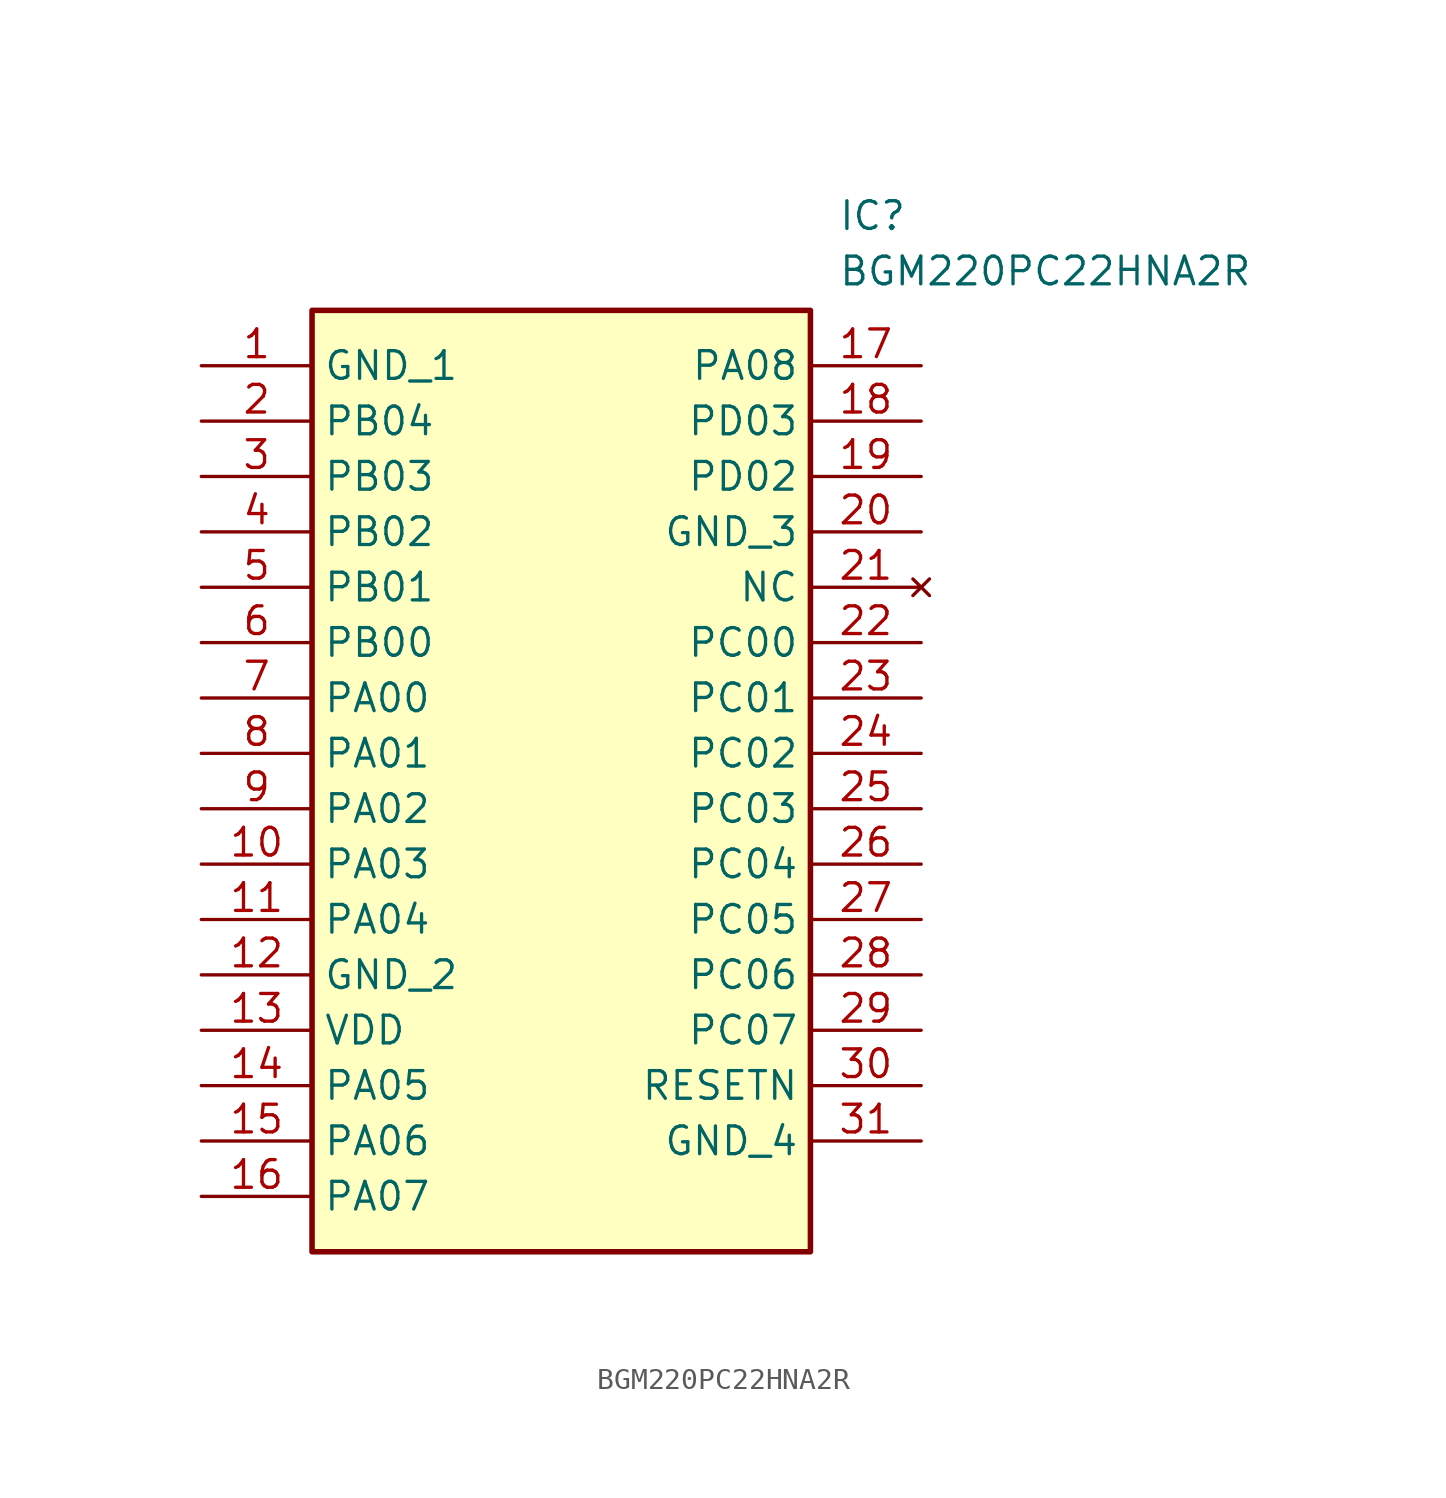
<source format=kicad_sym>
(kicad_symbol_lib
  (version 20211014)
  (generator SamacSys_ECAD_Model)
  (symbol "BGM220PC22HNA2R"
    (property "Reference" "IC"
      (at 29.21 7.62 0)
      (effects (font (size 1.27 1.27)) (justify left top)))
    (property "Value" "BGM220PC22HNA2R"
      (at 29.21 5.08 0)
      (effects (font (size 1.27 1.27)) (justify left top)))
    (rectangle
      (start 5.08 2.54)
      (end 27.94 -40.64)
      (stroke (width 0.254) (type default))
      (fill (type background)))
    (pin passive line
      (at 0 0 0)
      (length 5.08)
      (name "GND_1" (effects (font (size 1.27 1.27))))
      (number "1" (effects (font (size 1.27 1.27)))))
    (pin passive line
      (at 0 -2.54 0)
      (length 5.08)
      (name "PB04" (effects (font (size 1.27 1.27))))
      (number "2" (effects (font (size 1.27 1.27)))))
    (pin passive line
      (at 0 -5.08 0)
      (length 5.08)
      (name "PB03" (effects (font (size 1.27 1.27))))
      (number "3" (effects (font (size 1.27 1.27)))))
    (pin passive line
      (at 0 -7.62 0)
      (length 5.08)
      (name "PB02" (effects (font (size 1.27 1.27))))
      (number "4" (effects (font (size 1.27 1.27)))))
    (pin passive line
      (at 0 -10.16 0)
      (length 5.08)
      (name "PB01" (effects (font (size 1.27 1.27))))
      (number "5" (effects (font (size 1.27 1.27)))))
    (pin passive line
      (at 0 -12.7 0)
      (length 5.08)
      (name "PB00" (effects (font (size 1.27 1.27))))
      (number "6" (effects (font (size 1.27 1.27)))))
    (pin passive line
      (at 0 -15.24 0)
      (length 5.08)
      (name "PA00" (effects (font (size 1.27 1.27))))
      (number "7" (effects (font (size 1.27 1.27)))))
    (pin passive line
      (at 0 -17.78 0)
      (length 5.08)
      (name "PA01" (effects (font (size 1.27 1.27))))
      (number "8" (effects (font (size 1.27 1.27)))))
    (pin passive line
      (at 0 -20.32 0)
      (length 5.08)
      (name "PA02" (effects (font (size 1.27 1.27))))
      (number "9" (effects (font (size 1.27 1.27)))))
    (pin passive line
      (at 0 -22.86 0)
      (length 5.08)
      (name "PA03" (effects (font (size 1.27 1.27))))
      (number "10" (effects (font (size 1.27 1.27)))))
    (pin passive line
      (at 0 -25.4 0)
      (length 5.08)
      (name "PA04" (effects (font (size 1.27 1.27))))
      (number "11" (effects (font (size 1.27 1.27)))))
    (pin passive line
      (at 0 -27.94 0)
      (length 5.08)
      (name "GND_2" (effects (font (size 1.27 1.27))))
      (number "12" (effects (font (size 1.27 1.27)))))
    (pin passive line
      (at 0 -30.48 0)
      (length 5.08)
      (name "VDD" (effects (font (size 1.27 1.27))))
      (number "13" (effects (font (size 1.27 1.27)))))
    (pin passive line
      (at 0 -33.02 0)
      (length 5.08)
      (name "PA05" (effects (font (size 1.27 1.27))))
      (number "14" (effects (font (size 1.27 1.27)))))
    (pin passive line
      (at 0 -35.56 0)
      (length 5.08)
      (name "PA06" (effects (font (size 1.27 1.27))))
      (number "15" (effects (font (size 1.27 1.27)))))
    (pin passive line
      (at 0 -38.1 0)
      (length 5.08)
      (name "PA07" (effects (font (size 1.27 1.27))))
      (number "16" (effects (font (size 1.27 1.27)))))
    (pin passive line
      (at 33.02 0 180)
      (length 5.08)
      (name "PA08" (effects (font (size 1.27 1.27))))
      (number "17" (effects (font (size 1.27 1.27)))))
    (pin passive line
      (at 33.02 -2.54 180)
      (length 5.08)
      (name "PD03" (effects (font (size 1.27 1.27))))
      (number "18" (effects (font (size 1.27 1.27)))))
    (pin passive line
      (at 33.02 -5.08 180)
      (length 5.08)
      (name "PD02" (effects (font (size 1.27 1.27))))
      (number "19" (effects (font (size 1.27 1.27)))))
    (pin passive line
      (at 33.02 -7.62 180)
      (length 5.08)
      (name "GND_3" (effects (font (size 1.27 1.27))))
      (number "20" (effects (font (size 1.27 1.27)))))
    (pin no_connect line
      (at 33.02 -10.16 180)
      (length 5.08)
      (name "NC" (effects (font (size 1.27 1.27))))
      (number "21" (effects (font (size 1.27 1.27)))))
    (pin passive line
      (at 33.02 -12.7 180)
      (length 5.08)
      (name "PC00" (effects (font (size 1.27 1.27))))
      (number "22" (effects (font (size 1.27 1.27)))))
    (pin passive line
      (at 33.02 -15.24 180)
      (length 5.08)
      (name "PC01" (effects (font (size 1.27 1.27))))
      (number "23" (effects (font (size 1.27 1.27)))))
    (pin passive line
      (at 33.02 -17.78 180)
      (length 5.08)
      (name "PC02" (effects (font (size 1.27 1.27))))
      (number "24" (effects (font (size 1.27 1.27)))))
    (pin passive line
      (at 33.02 -20.32 180)
      (length 5.08)
      (name "PC03" (effects (font (size 1.27 1.27))))
      (number "25" (effects (font (size 1.27 1.27)))))
    (pin passive line
      (at 33.02 -22.86 180)
      (length 5.08)
      (name "PC04" (effects (font (size 1.27 1.27))))
      (number "26" (effects (font (size 1.27 1.27)))))
    (pin passive line
      (at 33.02 -25.4 180)
      (length 5.08)
      (name "PC05" (effects (font (size 1.27 1.27))))
      (number "27" (effects (font (size 1.27 1.27)))))
    (pin passive line
      (at 33.02 -27.94 180)
      (length 5.08)
      (name "PC06" (effects (font (size 1.27 1.27))))
      (number "28" (effects (font (size 1.27 1.27)))))
    (pin passive line
      (at 33.02 -30.48 180)
      (length 5.08)
      (name "PC07" (effects (font (size 1.27 1.27))))
      (number "29" (effects (font (size 1.27 1.27)))))
    (pin passive line
      (at 33.02 -33.02 180)
      (length 5.08)
      (name "RESETN" (effects (font (size 1.27 1.27))))
      (number "30" (effects (font (size 1.27 1.27)))))
    (pin passive line
      (at 33.02 -35.56 180)
      (length 5.08)
      (name "GND_4" (effects (font (size 1.27 1.27))))
      (number "31" (effects (font (size 1.27 1.27)))))))
</source>
